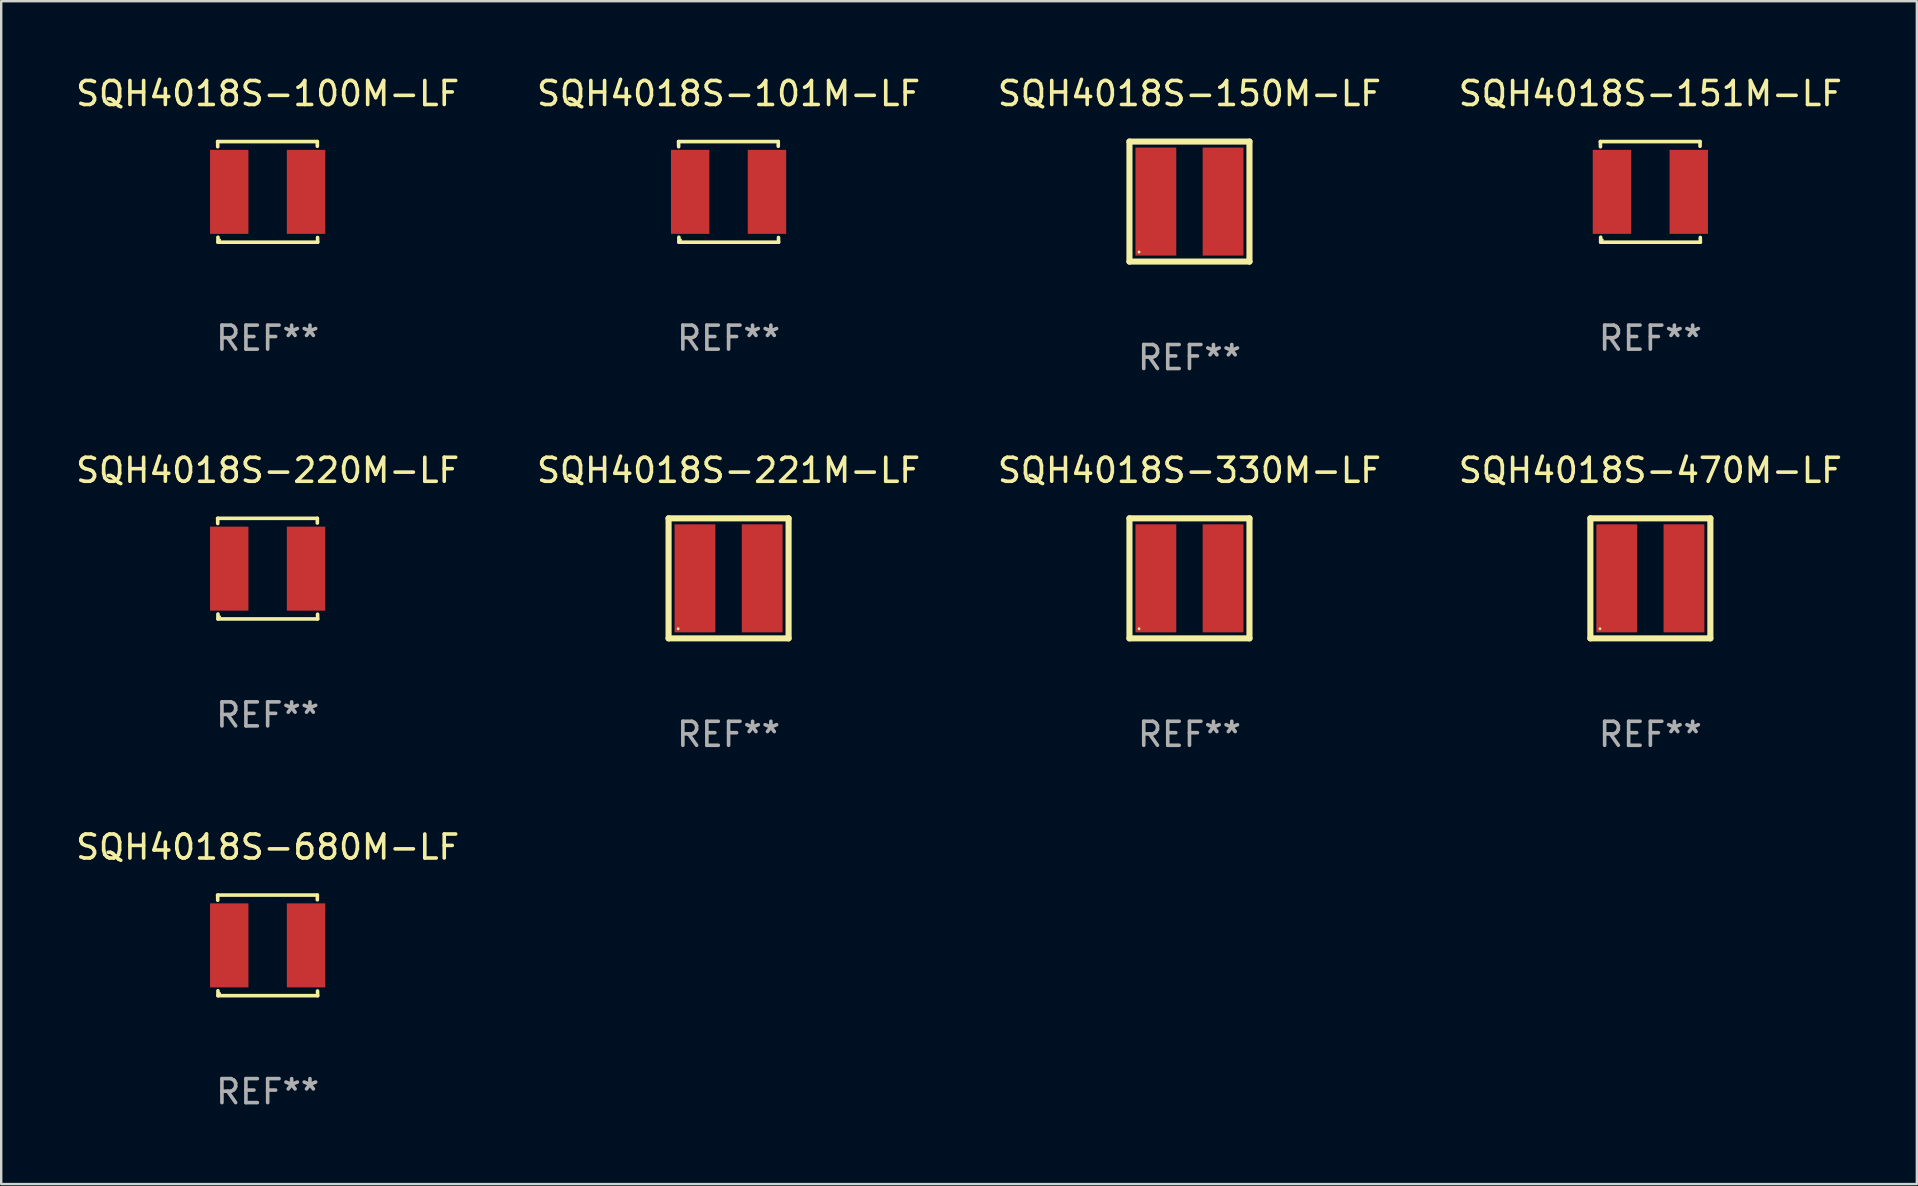
<source format=kicad_pcb>
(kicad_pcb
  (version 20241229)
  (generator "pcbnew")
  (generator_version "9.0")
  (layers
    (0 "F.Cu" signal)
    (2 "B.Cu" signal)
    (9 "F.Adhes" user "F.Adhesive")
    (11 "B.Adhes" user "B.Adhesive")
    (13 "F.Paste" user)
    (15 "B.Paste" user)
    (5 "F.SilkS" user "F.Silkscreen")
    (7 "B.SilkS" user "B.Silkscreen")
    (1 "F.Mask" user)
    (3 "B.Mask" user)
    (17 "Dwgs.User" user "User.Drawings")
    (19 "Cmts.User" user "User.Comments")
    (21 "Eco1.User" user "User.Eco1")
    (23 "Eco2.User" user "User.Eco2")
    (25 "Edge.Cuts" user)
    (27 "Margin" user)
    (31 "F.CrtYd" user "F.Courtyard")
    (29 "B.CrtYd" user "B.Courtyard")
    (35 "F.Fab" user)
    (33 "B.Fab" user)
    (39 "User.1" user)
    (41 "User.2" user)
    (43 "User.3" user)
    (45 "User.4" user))
  (footprint "SQH4018S-100M-LF"
    (layer "F.Cu")
    (at 8.101 4.944)
    (property "Reference" "SQH4018S-100M-LF" (at 0 -4.096 0) (layer "F.SilkS") (effects (font (size 1 1) (thickness 0.15))))
    (attr through_hole)
    (fp_line (start -2.083 -2.096) (end -2.08 -1.88) (stroke (width 0.15) (type solid)) (layer "F.SilkS"))
    (fp_line (start -2.07 1.89) (end -2.07 2.096) (stroke (width 0.15) (type solid)) (layer "F.SilkS"))
    (fp_line (start -2.07 2.096) (end 2.083 2.096) (stroke (width 0.15) (type solid)) (layer "F.SilkS"))
    (fp_line (start 2.07 -1.9) (end 2.07 -2.096) (stroke (width 0.15) (type solid)) (layer "F.SilkS"))
    (fp_line (start 2.07 -2.096) (end -2.083 -2.096) (stroke (width 0.15) (type solid)) (layer "F.SilkS"))
    (fp_line (start 2.083 2.096) (end 2.08 1.9) (stroke (width 0.15) (type solid)) (layer "F.SilkS"))
    (fp_circle (center -2 2) (end -1.97 2) (stroke (width 0.06) (type solid)) (fill no) (layer "F.SilkS"))
    (fp_text user "REF**" (at 0 6.096 0) (layer "F.Fab") (effects (font (size 1 1) (thickness 0.15))))
    (pad "1" smd rect (at -1.6 -0.000343) (size 1.6 3.5) (layers "F.Cu" "F.Mask" "F.Paste"))
    (pad "2" smd rect (at 1.6 -0.000343) (size 1.6 3.5) (layers "F.Cu" "F.Mask" "F.Paste")))
  (footprint "SQH4018S-220M-LF"
    (layer "F.Cu")
    (at 8.101 20.641)
    (property "Reference" "SQH4018S-220M-LF" (at 0 -4.096 0) (layer "F.SilkS") (effects (font (size 1 1) (thickness 0.15))))
    (attr through_hole)
    (fp_line (start -2.083 -2.096) (end -2.08 -1.88) (stroke (width 0.15) (type solid)) (layer "F.SilkS"))
    (fp_line (start -2.07 1.89) (end -2.07 2.096) (stroke (width 0.15) (type solid)) (layer "F.SilkS"))
    (fp_line (start -2.07 2.096) (end 2.083 2.096) (stroke (width 0.15) (type solid)) (layer "F.SilkS"))
    (fp_line (start 2.07 -1.9) (end 2.07 -2.096) (stroke (width 0.15) (type solid)) (layer "F.SilkS"))
    (fp_line (start 2.07 -2.096) (end -2.083 -2.096) (stroke (width 0.15) (type solid)) (layer "F.SilkS"))
    (fp_line (start 2.083 2.096) (end 2.08 1.9) (stroke (width 0.15) (type solid)) (layer "F.SilkS"))
    (fp_circle (center -2 2) (end -1.97 2) (stroke (width 0.06) (type solid)) (fill no) (layer "F.SilkS"))
    (fp_text user "REF**" (at 0 6.096 0) (layer "F.Fab") (effects (font (size 1 1) (thickness 0.15))))
    (pad "1" smd rect (at -1.6 -0.000343) (size 1.6 3.5) (layers "F.Cu" "F.Mask" "F.Paste"))
    (pad "2" smd rect (at 1.6 -0.000343) (size 1.6 3.5) (layers "F.Cu" "F.Mask" "F.Paste")))
  (footprint "SQH4018S-330M-LF"
    (layer "F.Cu")
    (at 46.506 21.045)
    (property "Reference" "SQH4018S-330M-LF" (at 0 -4.5 0) (layer "F.SilkS") (effects (font (size 1 1) (thickness 0.15))))
    (attr through_hole)
    (fp_line (start -2.5 -2.5) (end 2.5 -2.5) (stroke (width 0.254) (type solid)) (layer "F.SilkS"))
    (fp_line (start -2.5 2.5) (end -2.5 -2.5) (stroke (width 0.254) (type solid)) (layer "F.SilkS"))
    (fp_line (start 2.5 -2.5) (end 2.5 2.5) (stroke (width 0.254) (type solid)) (layer "F.SilkS"))
    (fp_line (start 2.5 2.5) (end -2.5 2.5) (stroke (width 0.254) (type solid)) (layer "F.SilkS"))
    (fp_circle (center -2.1 2.1) (end -2.07 2.1) (stroke (width 0.06) (type solid)) (fill no) (layer "F.SilkS"))
    (fp_text user "REF**" (at 0 6.5 0) (layer "F.Fab") (effects (font (size 1 1) (thickness 0.15))))
    (pad "1" smd rect (at -1.4 0 90) (size 4.5 1.7) (layers "F.Cu" "F.Mask" "F.Paste"))
    (pad "2" smd rect (at 1.4 0 90) (size 4.5 1.7) (layers "F.Cu" "F.Mask" "F.Paste")))
  (footprint "SQH4018S-470M-LF"
    (layer "F.Cu")
    (at 65.708 21.045)
    (property "Reference" "SQH4018S-470M-LF" (at 0 -4.5 0) (layer "F.SilkS") (effects (font (size 1 1) (thickness 0.15))))
    (attr through_hole)
    (fp_line (start -2.5 -2.5) (end 2.5 -2.5) (stroke (width 0.254) (type solid)) (layer "F.SilkS"))
    (fp_line (start -2.5 2.5) (end -2.5 -2.5) (stroke (width 0.254) (type solid)) (layer "F.SilkS"))
    (fp_line (start 2.5 -2.5) (end 2.5 2.5) (stroke (width 0.254) (type solid)) (layer "F.SilkS"))
    (fp_line (start 2.5 2.5) (end -2.5 2.5) (stroke (width 0.254) (type solid)) (layer "F.SilkS"))
    (fp_circle (center -2.1 2.1) (end -2.07 2.1) (stroke (width 0.06) (type solid)) (fill no) (layer "F.SilkS"))
    (fp_text user "REF**" (at 0 6.5 0) (layer "F.Fab") (effects (font (size 1 1) (thickness 0.15))))
    (pad "1" smd rect (at -1.4 0 90) (size 4.5 1.7) (layers "F.Cu" "F.Mask" "F.Paste"))
    (pad "2" smd rect (at 1.4 0 90) (size 4.5 1.7) (layers "F.Cu" "F.Mask" "F.Paste")))
  (footprint "SQH4018S-680M-LF"
    (layer "F.Cu")
    (at 8.101 36.337)
    (property "Reference" "SQH4018S-680M-LF" (at 0 -4.096 0) (layer "F.SilkS") (effects (font (size 1 1) (thickness 0.15))))
    (attr through_hole)
    (fp_line (start -2.083 -2.096) (end -2.08 -1.88) (stroke (width 0.15) (type solid)) (layer "F.SilkS"))
    (fp_line (start -2.07 1.89) (end -2.07 2.096) (stroke (width 0.15) (type solid)) (layer "F.SilkS"))
    (fp_line (start -2.07 2.096) (end 2.083 2.096) (stroke (width 0.15) (type solid)) (layer "F.SilkS"))
    (fp_line (start 2.07 -1.9) (end 2.07 -2.096) (stroke (width 0.15) (type solid)) (layer "F.SilkS"))
    (fp_line (start 2.07 -2.096) (end -2.083 -2.096) (stroke (width 0.15) (type solid)) (layer "F.SilkS"))
    (fp_line (start 2.083 2.096) (end 2.08 1.9) (stroke (width 0.15) (type solid)) (layer "F.SilkS"))
    (fp_circle (center -2 2) (end -1.97 2) (stroke (width 0.06) (type solid)) (fill no) (layer "F.SilkS"))
    (fp_text user "REF**" (at 0 6.096 0) (layer "F.Fab") (effects (font (size 1 1) (thickness 0.15))))
    (pad "1" smd rect (at -1.6 -0.000343) (size 1.6 3.5) (layers "F.Cu" "F.Mask" "F.Paste"))
    (pad "2" smd rect (at 1.6 -0.000343) (size 1.6 3.5) (layers "F.Cu" "F.Mask" "F.Paste")))
  (footprint "SQH4018S-101M-LF"
    (layer "F.Cu")
    (at 27.304 4.944)
    (property "Reference" "SQH4018S-101M-LF" (at 0 -4.096 0) (layer "F.SilkS") (effects (font (size 1 1) (thickness 0.15))))
    (attr through_hole)
    (fp_line (start -2.083 -2.096) (end -2.08 -1.88) (stroke (width 0.15) (type solid)) (layer "F.SilkS"))
    (fp_line (start -2.07 1.89) (end -2.07 2.096) (stroke (width 0.15) (type solid)) (layer "F.SilkS"))
    (fp_line (start -2.07 2.096) (end 2.083 2.096) (stroke (width 0.15) (type solid)) (layer "F.SilkS"))
    (fp_line (start 2.07 -1.9) (end 2.07 -2.096) (stroke (width 0.15) (type solid)) (layer "F.SilkS"))
    (fp_line (start 2.07 -2.096) (end -2.083 -2.096) (stroke (width 0.15) (type solid)) (layer "F.SilkS"))
    (fp_line (start 2.083 2.096) (end 2.08 1.9) (stroke (width 0.15) (type solid)) (layer "F.SilkS"))
    (fp_circle (center -2 2) (end -1.97 2) (stroke (width 0.06) (type solid)) (fill no) (layer "F.SilkS"))
    (fp_text user "REF**" (at 0 6.096 0) (layer "F.Fab") (effects (font (size 1 1) (thickness 0.15))))
    (pad "1" smd rect (at -1.6 -0.000343) (size 1.6 3.5) (layers "F.Cu" "F.Mask" "F.Paste"))
    (pad "2" smd rect (at 1.6 -0.000343) (size 1.6 3.5) (layers "F.Cu" "F.Mask" "F.Paste")))
  (footprint "SQH4018S-221M-LF"
    (layer "F.Cu")
    (at 27.304 21.045)
    (property "Reference" "SQH4018S-221M-LF" (at 0 -4.5 0) (layer "F.SilkS") (effects (font (size 1 1) (thickness 0.15))))
    (attr through_hole)
    (fp_line (start -2.5 -2.5) (end 2.5 -2.5) (stroke (width 0.254) (type solid)) (layer "F.SilkS"))
    (fp_line (start -2.5 2.5) (end -2.5 -2.5) (stroke (width 0.254) (type solid)) (layer "F.SilkS"))
    (fp_line (start 2.5 -2.5) (end 2.5 2.5) (stroke (width 0.254) (type solid)) (layer "F.SilkS"))
    (fp_line (start 2.5 2.5) (end -2.5 2.5) (stroke (width 0.254) (type solid)) (layer "F.SilkS"))
    (fp_circle (center -2.1 2.1) (end -2.07 2.1) (stroke (width 0.06) (type solid)) (fill no) (layer "F.SilkS"))
    (fp_text user "REF**" (at 0 6.5 0) (layer "F.Fab") (effects (font (size 1 1) (thickness 0.15))))
    (pad "1" smd rect (at -1.4 0 90) (size 4.5 1.7) (layers "F.Cu" "F.Mask" "F.Paste"))
    (pad "2" smd rect (at 1.4 0 90) (size 4.5 1.7) (layers "F.Cu" "F.Mask" "F.Paste")))
  (footprint "SQH4018S-151M-LF"
    (layer "F.Cu")
    (at 65.708 4.944)
    (property "Reference" "SQH4018S-151M-LF" (at 0 -4.096 0) (layer "F.SilkS") (effects (font (size 1 1) (thickness 0.15))))
    (attr through_hole)
    (fp_line (start -2.083 -2.096) (end -2.08 -1.88) (stroke (width 0.15) (type solid)) (layer "F.SilkS"))
    (fp_line (start -2.07 1.89) (end -2.07 2.096) (stroke (width 0.15) (type solid)) (layer "F.SilkS"))
    (fp_line (start -2.07 2.096) (end 2.083 2.096) (stroke (width 0.15) (type solid)) (layer "F.SilkS"))
    (fp_line (start 2.07 -1.9) (end 2.07 -2.096) (stroke (width 0.15) (type solid)) (layer "F.SilkS"))
    (fp_line (start 2.07 -2.096) (end -2.083 -2.096) (stroke (width 0.15) (type solid)) (layer "F.SilkS"))
    (fp_line (start 2.083 2.096) (end 2.08 1.9) (stroke (width 0.15) (type solid)) (layer "F.SilkS"))
    (fp_circle (center -2 2) (end -1.97 2) (stroke (width 0.06) (type solid)) (fill no) (layer "F.SilkS"))
    (fp_text user "REF**" (at 0 6.096 0) (layer "F.Fab") (effects (font (size 1 1) (thickness 0.15))))
    (pad "1" smd rect (at -1.6 -0.000343) (size 1.6 3.5) (layers "F.Cu" "F.Mask" "F.Paste"))
    (pad "2" smd rect (at 1.6 -0.000343) (size 1.6 3.5) (layers "F.Cu" "F.Mask" "F.Paste")))
  (footprint "SQH4018S-150M-LF"
    (layer "F.Cu")
    (at 46.506 5.348)
    (property "Reference" "SQH4018S-150M-LF" (at 0 -4.5 0) (layer "F.SilkS") (effects (font (size 1 1) (thickness 0.15))))
    (attr through_hole)
    (fp_line (start -2.5 -2.5) (end 2.5 -2.5) (stroke (width 0.254) (type solid)) (layer "F.SilkS"))
    (fp_line (start -2.5 2.5) (end -2.5 -2.5) (stroke (width 0.254) (type solid)) (layer "F.SilkS"))
    (fp_line (start 2.5 -2.5) (end 2.5 2.5) (stroke (width 0.254) (type solid)) (layer "F.SilkS"))
    (fp_line (start 2.5 2.5) (end -2.5 2.5) (stroke (width 0.254) (type solid)) (layer "F.SilkS"))
    (fp_circle (center -2.1 2.1) (end -2.07 2.1) (stroke (width 0.06) (type solid)) (fill no) (layer "F.SilkS"))
    (fp_text user "REF**" (at 0 6.5 0) (layer "F.Fab") (effects (font (size 1 1) (thickness 0.15))))
    (pad "1" smd rect (at -1.4 -0.000051 90) (size 4.5 1.7) (layers "F.Cu" "F.Mask" "F.Paste"))
    (pad "2" smd rect (at 1.4 -0.000051 90) (size 4.5 1.7) (layers "F.Cu" "F.Mask" "F.Paste")))
  (gr_rect
    (start -3 -3)
    (end 76.81 46.281)
    (stroke (width 0.1) (type default))
    (fill no)
    (layer "Edge.Cuts")))
</source>
